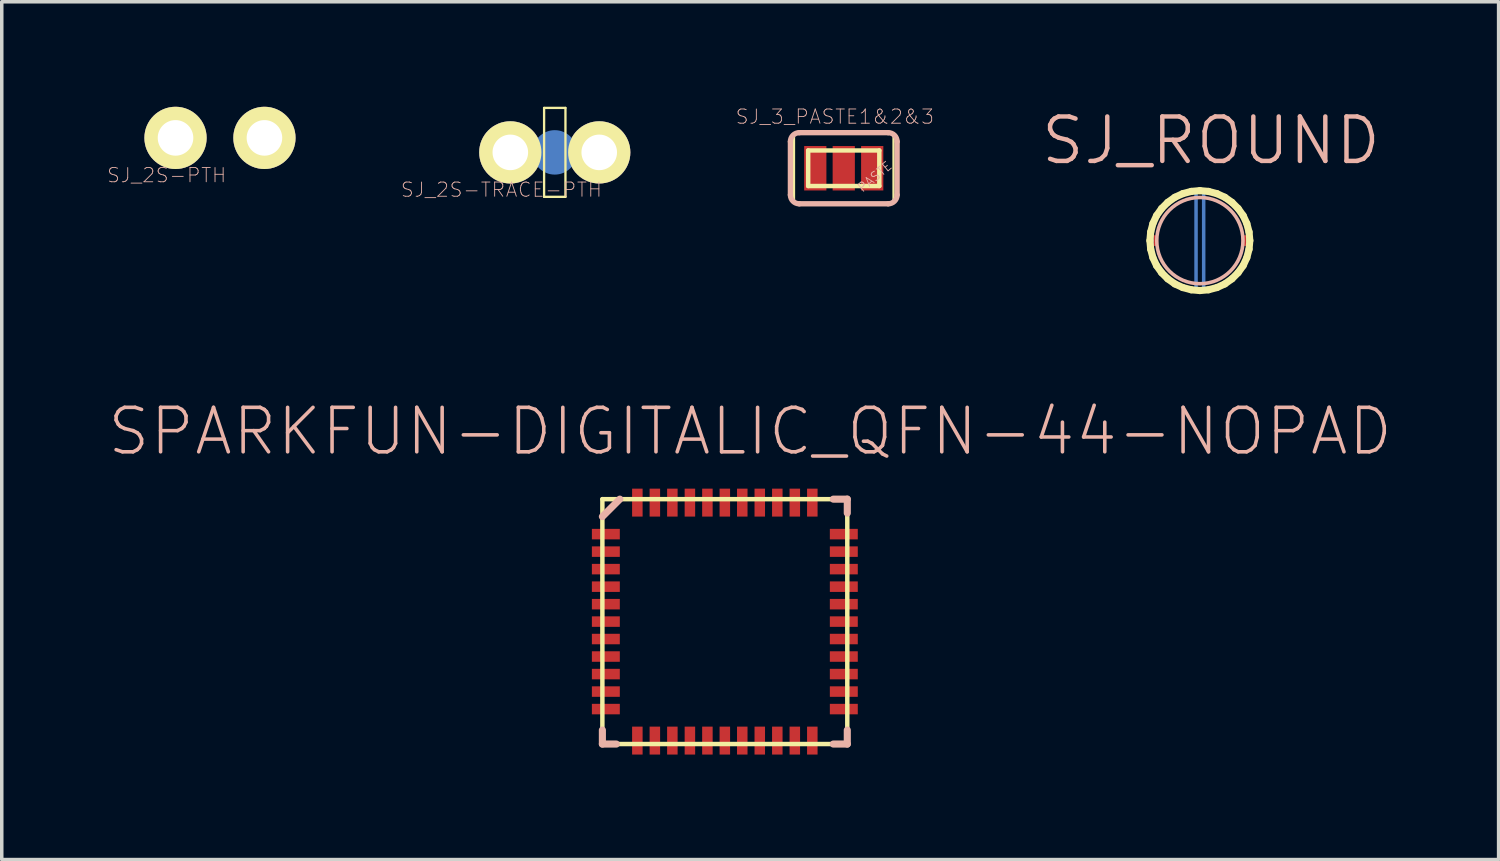
<source format=kicad_pcb>
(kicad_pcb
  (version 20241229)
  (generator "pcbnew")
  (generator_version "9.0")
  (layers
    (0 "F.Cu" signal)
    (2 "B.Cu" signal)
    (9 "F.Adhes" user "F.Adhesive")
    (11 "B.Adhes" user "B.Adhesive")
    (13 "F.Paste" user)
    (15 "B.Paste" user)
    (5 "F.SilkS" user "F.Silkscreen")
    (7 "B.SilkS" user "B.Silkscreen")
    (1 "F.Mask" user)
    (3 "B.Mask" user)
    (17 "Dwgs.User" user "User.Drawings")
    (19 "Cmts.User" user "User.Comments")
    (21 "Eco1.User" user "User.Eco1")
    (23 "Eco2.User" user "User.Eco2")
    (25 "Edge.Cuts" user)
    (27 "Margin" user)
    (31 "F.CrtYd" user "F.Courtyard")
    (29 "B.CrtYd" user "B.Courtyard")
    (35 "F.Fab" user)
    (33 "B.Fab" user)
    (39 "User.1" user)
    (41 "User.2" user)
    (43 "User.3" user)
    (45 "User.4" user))
  (footprint "SJ_3_PASTE1&2&3"
    (layer "F.Cu")
    (at 21.053 1.756)
    (property "Reference" "SJ_3_PASTE1&2&3" (at -0.254 -1.473 0) (layer "B.SilkS") (effects (font (size 0.406 0.406) (thickness 0.025))))
    (attr smd)
    (fp_line (start -1.422 -0.991) (end 1.422 -0.991) (stroke (width 0.066) (type solid)) (layer "F.SilkS"))
    (fp_line (start -1.422 0.991) (end -1.422 -0.991) (stroke (width 0.066) (type solid)) (layer "F.SilkS"))
    (fp_line (start -1.422 0.991) (end 1.422 0.991) (stroke (width 0.066) (type solid)) (layer "F.SilkS"))
    (fp_line (start -1.016 -0.508) (end -1.016 0.508) (stroke (width 0.127) (type solid)) (layer "F.SilkS"))
    (fp_line (start -1.016 0.508) (end 1.016 0.508) (stroke (width 0.127) (type solid)) (layer "F.SilkS"))
    (fp_line (start 1.016 -0.508) (end -1.016 -0.508) (stroke (width 0.127) (type solid)) (layer "F.SilkS"))
    (fp_line (start 1.016 0.508) (end 1.016 -0.508) (stroke (width 0.127) (type solid)) (layer "F.SilkS"))
    (fp_line (start 1.422 0.991) (end 1.422 -0.991) (stroke (width 0.066) (type solid)) (layer "F.SilkS"))
    (fp_line (start -1.524 0.762) (end -1.524 -0.762) (stroke (width 0.152) (type solid)) (layer "B.SilkS"))
    (fp_line (start -1.27 -1.016) (end 1.27 -1.016) (stroke (width 0.152) (type solid)) (layer "B.SilkS"))
    (fp_line (start 1.27 1.016) (end -1.27 1.016) (stroke (width 0.152) (type solid)) (layer "B.SilkS"))
    (fp_line (start 1.524 0.762) (end 1.524 -0.762) (stroke (width 0.152) (type solid)) (layer "B.SilkS"))
    (fp_arc (start -1.524 -0.762) (mid -1.449605 -0.941605) (end -1.27 -1.016) (stroke (width 0.1524) (type solid)) (layer "B.SilkS"))
    (fp_arc (start -1.27 1.016) (mid -1.449605 0.941605) (end -1.524 0.762) (stroke (width 0.1524) (type solid)) (layer "B.SilkS"))
    (fp_arc (start 1.27 -1.016) (mid 1.449605 -0.941605) (end 1.524 -0.762) (stroke (width 0.1524) (type solid)) (layer "B.SilkS"))
    (fp_arc (start 1.524 0.762) (mid 1.449605 0.941605) (end 1.27 1.016) (stroke (width 0.1524) (type solid)) (layer "B.SilkS"))
    (fp_text user "PASTE" (at 0.886 0.241 40) (layer "B.SilkS") (effects (font (size 0.254 0.254) (thickness 0.025))))
    (pad "1" smd rect (at -0.813 0) (size 0.635 1.27) (layers "F.Cu" "F.Mask" "F.Paste"))
    (pad "2" smd rect (at 0 0) (size 0.635 1.27) (layers "F.Cu" "F.Mask" "F.Paste"))
    (pad "3" smd rect (at 0.813 0) (size 0.635 1.27) (layers "F.Cu" "F.Mask" "F.Paste")))
  (footprint "SJ_ROUND"
    (layer "F.Cu")
    (at 31.226 3.823)
    (property "Reference" "SJ_ROUND" (at 0.318 -2.857 0) (layer "B.SilkS") (effects (font (size 1.27 1.27) (thickness 0.127))))
    (attr smd)
    (fp_line (start -1.379 0) (end -1.364 -0.231) (stroke (width 0.1) (type solid)) (layer "B.Cu"))
    (fp_line (start -1.364 -0.231) (end -1.311 -0.457) (stroke (width 0.1) (type solid)) (layer "B.Cu"))
    (fp_line (start -1.364 0.231) (end -1.379 0) (stroke (width 0.1) (type solid)) (layer "B.Cu"))
    (fp_line (start -1.311 -0.457) (end -1.222 -0.673) (stroke (width 0.1) (type solid)) (layer "B.Cu"))
    (fp_line (start -1.311 0.457) (end -1.364 0.231) (stroke (width 0.1) (type solid)) (layer "B.Cu"))
    (fp_line (start -1.222 -0.673) (end -1.097 -0.869) (stroke (width 0.1) (type solid)) (layer "B.Cu"))
    (fp_line (start -1.222 0.673) (end -1.311 0.457) (stroke (width 0.1) (type solid)) (layer "B.Cu"))
    (fp_line (start -1.097 -0.869) (end -0.942 -1.044) (stroke (width 0.1) (type solid)) (layer "B.Cu"))
    (fp_line (start -1.097 0.869) (end -1.222 0.673) (stroke (width 0.1) (type solid)) (layer "B.Cu"))
    (fp_line (start -0.942 -1.044) (end -0.759 -1.191) (stroke (width 0.1) (type solid)) (layer "B.Cu"))
    (fp_line (start -0.942 1.044) (end -1.097 0.869) (stroke (width 0.1) (type solid)) (layer "B.Cu"))
    (fp_line (start -0.759 -1.191) (end -0.559 -1.306) (stroke (width 0.1) (type solid)) (layer "B.Cu"))
    (fp_line (start -0.759 1.191) (end -0.942 1.044) (stroke (width 0.1) (type solid)) (layer "B.Cu"))
    (fp_line (start -0.559 -1.306) (end -0.338 -1.384) (stroke (width 0.1) (type solid)) (layer "B.Cu"))
    (fp_line (start -0.559 1.306) (end -0.759 1.191) (stroke (width 0.1) (type solid)) (layer "B.Cu"))
    (fp_line (start -0.338 -1.384) (end -0.109 -1.427) (stroke (width 0.1) (type solid)) (layer "B.Cu"))
    (fp_line (start -0.338 1.384) (end -0.559 1.306) (stroke (width 0.1) (type solid)) (layer "B.Cu"))
    (fp_line (start -0.109 -1.427) (end -0.109 1.427) (stroke (width 0.1) (type solid)) (layer "B.Cu"))
    (fp_line (start -0.109 1.427) (end -0.338 1.384) (stroke (width 0.1) (type solid)) (layer "B.Cu"))
    (fp_line (start 0.109 -1.427) (end 0.109 1.427) (stroke (width 0.1) (type solid)) (layer "B.Cu"))
    (fp_line (start 0.109 1.427) (end 0.338 1.384) (stroke (width 0.1) (type solid)) (layer "B.Cu"))
    (fp_line (start 0.338 -1.384) (end 0.109 -1.427) (stroke (width 0.1) (type solid)) (layer "B.Cu"))
    (fp_line (start 0.338 1.384) (end 0.559 1.306) (stroke (width 0.1) (type solid)) (layer "B.Cu"))
    (fp_line (start 0.559 -1.306) (end 0.338 -1.384) (stroke (width 0.1) (type solid)) (layer "B.Cu"))
    (fp_line (start 0.559 1.306) (end 0.759 1.191) (stroke (width 0.1) (type solid)) (layer "B.Cu"))
    (fp_line (start 0.759 -1.191) (end 0.559 -1.306) (stroke (width 0.1) (type solid)) (layer "B.Cu"))
    (fp_line (start 0.759 1.191) (end 0.942 1.044) (stroke (width 0.1) (type solid)) (layer "B.Cu"))
    (fp_line (start 0.942 -1.044) (end 0.759 -1.191) (stroke (width 0.1) (type solid)) (layer "B.Cu"))
    (fp_line (start 0.942 1.044) (end 1.097 0.869) (stroke (width 0.1) (type solid)) (layer "B.Cu"))
    (fp_line (start 1.097 -0.869) (end 0.942 -1.044) (stroke (width 0.1) (type solid)) (layer "B.Cu"))
    (fp_line (start 1.097 0.869) (end 1.222 0.673) (stroke (width 0.1) (type solid)) (layer "B.Cu"))
    (fp_line (start 1.222 -0.673) (end 1.097 -0.869) (stroke (width 0.1) (type solid)) (layer "B.Cu"))
    (fp_line (start 1.222 0.673) (end 1.311 0.457) (stroke (width 0.1) (type solid)) (layer "B.Cu"))
    (fp_line (start 1.311 -0.457) (end 1.222 -0.673) (stroke (width 0.1) (type solid)) (layer "B.Cu"))
    (fp_line (start 1.311 0.457) (end 1.364 0.231) (stroke (width 0.1) (type solid)) (layer "B.Cu"))
    (fp_line (start 1.364 -0.231) (end 1.311 -0.457) (stroke (width 0.1) (type solid)) (layer "B.Cu"))
    (fp_line (start 1.364 0.231) (end 1.379 0) (stroke (width 0.1) (type solid)) (layer "B.Cu"))
    (fp_line (start 1.379 0) (end 1.364 -0.231) (stroke (width 0.1) (type solid)) (layer "B.Cu"))
    (fp_line (start -1.427 0) (end -1.405 -0.246) (stroke (width 0.203) (type solid)) (layer "F.SilkS"))
    (fp_line (start -1.405 -0.246) (end -1.341 -0.488) (stroke (width 0.203) (type solid)) (layer "F.SilkS"))
    (fp_line (start -1.405 0.246) (end -1.427 0) (stroke (width 0.203) (type solid)) (layer "F.SilkS"))
    (fp_line (start -1.341 -0.488) (end -1.237 -0.714) (stroke (width 0.203) (type solid)) (layer "F.SilkS"))
    (fp_line (start -1.341 0.488) (end -1.405 0.246) (stroke (width 0.203) (type solid)) (layer "F.SilkS"))
    (fp_line (start -1.237 -0.714) (end -1.092 -0.917) (stroke (width 0.203) (type solid)) (layer "F.SilkS"))
    (fp_line (start -1.237 0.714) (end -1.341 0.488) (stroke (width 0.203) (type solid)) (layer "F.SilkS"))
    (fp_line (start -1.092 -0.917) (end -0.917 -1.092) (stroke (width 0.203) (type solid)) (layer "F.SilkS"))
    (fp_line (start -1.092 0.917) (end -1.237 0.714) (stroke (width 0.203) (type solid)) (layer "F.SilkS"))
    (fp_line (start -0.917 -1.092) (end -0.714 -1.237) (stroke (width 0.203) (type solid)) (layer "F.SilkS"))
    (fp_line (start -0.917 1.092) (end -1.092 0.917) (stroke (width 0.203) (type solid)) (layer "F.SilkS"))
    (fp_line (start -0.714 -1.237) (end -0.488 -1.341) (stroke (width 0.203) (type solid)) (layer "F.SilkS"))
    (fp_line (start -0.714 1.237) (end -0.917 1.092) (stroke (width 0.203) (type solid)) (layer "F.SilkS"))
    (fp_line (start -0.488 -1.341) (end -0.246 -1.405) (stroke (width 0.203) (type solid)) (layer "F.SilkS"))
    (fp_line (start -0.488 1.341) (end -0.714 1.237) (stroke (width 0.203) (type solid)) (layer "F.SilkS"))
    (fp_line (start -0.246 -1.405) (end 0 -1.427) (stroke (width 0.203) (type solid)) (layer "F.SilkS"))
    (fp_line (start -0.246 1.405) (end -0.488 1.341) (stroke (width 0.203) (type solid)) (layer "F.SilkS"))
    (fp_line (start 0 -1.427) (end 0.246 -1.405) (stroke (width 0.203) (type solid)) (layer "F.SilkS"))
    (fp_line (start 0 1.427) (end -0.246 1.405) (stroke (width 0.203) (type solid)) (layer "F.SilkS"))
    (fp_line (start 0.246 -1.405) (end 0.488 -1.341) (stroke (width 0.203) (type solid)) (layer "F.SilkS"))
    (fp_line (start 0.246 1.405) (end 0 1.427) (stroke (width 0.203) (type solid)) (layer "F.SilkS"))
    (fp_line (start 0.488 -1.341) (end 0.714 -1.237) (stroke (width 0.203) (type solid)) (layer "F.SilkS"))
    (fp_line (start 0.488 1.341) (end 0.246 1.405) (stroke (width 0.203) (type solid)) (layer "F.SilkS"))
    (fp_line (start 0.714 -1.237) (end 0.917 -1.092) (stroke (width 0.203) (type solid)) (layer "F.SilkS"))
    (fp_line (start 0.714 1.237) (end 0.488 1.341) (stroke (width 0.203) (type solid)) (layer "F.SilkS"))
    (fp_line (start 0.917 -1.092) (end 1.092 -0.917) (stroke (width 0.203) (type solid)) (layer "F.SilkS"))
    (fp_line (start 0.917 1.092) (end 0.714 1.237) (stroke (width 0.203) (type solid)) (layer "F.SilkS"))
    (fp_line (start 1.092 -0.917) (end 1.237 -0.714) (stroke (width 0.203) (type solid)) (layer "F.SilkS"))
    (fp_line (start 1.092 0.917) (end 0.917 1.092) (stroke (width 0.203) (type solid)) (layer "F.SilkS"))
    (fp_line (start 1.237 -0.714) (end 1.341 -0.488) (stroke (width 0.203) (type solid)) (layer "F.SilkS"))
    (fp_line (start 1.237 0.714) (end 1.092 0.917) (stroke (width 0.203) (type solid)) (layer "F.SilkS"))
    (fp_line (start 1.341 -0.488) (end 1.405 -0.246) (stroke (width 0.203) (type solid)) (layer "F.SilkS"))
    (fp_line (start 1.341 0.488) (end 1.237 0.714) (stroke (width 0.203) (type solid)) (layer "F.SilkS"))
    (fp_line (start 1.405 -0.246) (end 1.427 0) (stroke (width 0.203) (type solid)) (layer "F.SilkS"))
    (fp_line (start 1.405 0.246) (end 1.341 0.488) (stroke (width 0.203) (type solid)) (layer "F.SilkS"))
    (fp_line (start 1.427 0) (end 1.405 0.246) (stroke (width 0.203) (type solid)) (layer "F.SilkS"))
    (fp_circle (center 0 0) (end -0.871 0.871) (stroke (width 0.102) (type solid)) (fill no) (layer "B.SilkS"))
    (pad "1" smd rect (at -1.27 0 270) (size 0.305 0.152) (layers "F.Cu" "F.Mask" "F.Paste"))
    (pad "2" smd rect (at 1.27 0 90) (size 0.305 0.152) (layers "F.Cu" "F.Mask" "F.Paste")))
  (footprint "SJ_2S-TRACE-PTH"
    (layer "F.Cu")
    (at 12.798 1.303)
    (property "Reference" "SJ_2S-TRACE-PTH" (at -1.524 1.067 0) (layer "B.SilkS") (effects (font (size 0.406 0.406) (thickness 0.025))))
    (attr smd)
    (fp_line (start -0.305 -1.27) (end 0.305 -1.27) (stroke (width 0.066) (type solid)) (layer "F.SilkS"))
    (fp_line (start -0.305 1.27) (end -0.305 -1.27) (stroke (width 0.066) (type solid)) (layer "F.SilkS"))
    (fp_line (start -0.305 1.27) (end 0.305 1.27) (stroke (width 0.066) (type solid)) (layer "F.SilkS"))
    (fp_line (start 0.305 1.27) (end 0.305 -1.27) (stroke (width 0.066) (type solid)) (layer "F.SilkS"))
    (pad "1" thru_hole circle (at -1.27 0) (size 1.778 1.778) (drill 1.016) (layers "*.Cu" "F.Mask" "F.SilkS" "F.Paste"))
    (pad "2" thru_hole circle (at 1.27 0) (size 1.778 1.778) (drill 1.016) (layers "*.Cu" "F.Mask" "F.SilkS" "F.Paste"))
    (pad "P$1" smd circle (at 0 0 180) (size 1.27 1.27) (layers "B.Cu" "B.Mask")))
  (footprint "SPARKFUN-DIGITALIC_QFN-44-NOPAD"
    (layer "F.Cu")
    (at 17.656 14.707)
    (property "Reference" "SPARKFUN-DIGITALIC_QFN-44-NOPAD" (at 0.724 -5.433 0) (layer "B.SilkS") (effects (font (size 1.27 1.27) (thickness 0.102))))
    (attr smd)
    (fp_line (start -3.498 -3.498) (end -3.498 3.498) (stroke (width 0.127) (type solid)) (layer "F.SilkS"))
    (fp_line (start -3.399 3.498) (end 3.498 3.498) (stroke (width 0.127) (type solid)) (layer "F.SilkS"))
    (fp_line (start 3.498 -3.498) (end -3.498 -3.498) (stroke (width 0.127) (type solid)) (layer "F.SilkS"))
    (fp_line (start 3.498 3.498) (end 3.498 -3.498) (stroke (width 0.127) (type solid)) (layer "F.SilkS"))
    (fp_line (start -3.498 3.498) (end -3.498 3.099) (stroke (width 0.203) (type solid)) (layer "B.SilkS"))
    (fp_line (start -3.099 3.498) (end -3.498 3.498) (stroke (width 0.203) (type solid)) (layer "B.SilkS"))
    (fp_line (start -3 -3.498) (end -3.498 -3) (stroke (width 0.203) (type solid)) (layer "B.SilkS"))
    (fp_line (start 3.099 3.498) (end 3.498 3.498) (stroke (width 0.203) (type solid)) (layer "B.SilkS"))
    (fp_line (start 3.498 -3.498) (end 3.099 -3.498) (stroke (width 0.203) (type solid)) (layer "B.SilkS"))
    (fp_line (start 3.498 -3.099) (end 3.498 -3.498) (stroke (width 0.203) (type solid)) (layer "B.SilkS"))
    (fp_line (start 3.498 3.099) (end 3.498 3.498) (stroke (width 0.203) (type solid)) (layer "B.SilkS"))
    (pad "1" smd rect (at -3.399 -2.499 180) (size 0.798 0.3) (layers "F.Cu" "F.Mask" "F.Paste"))
    (pad "2" smd rect (at -3.399 -1.999 180) (size 0.798 0.3) (layers "F.Cu" "F.Mask" "F.Paste"))
    (pad "3" smd rect (at -3.399 -1.499 180) (size 0.798 0.3) (layers "F.Cu" "F.Mask" "F.Paste"))
    (pad "4" smd rect (at -3.399 -0.998 180) (size 0.798 0.3) (layers "F.Cu" "F.Mask" "F.Paste"))
    (pad "5" smd rect (at -3.399 -0.498 180) (size 0.798 0.3) (layers "F.Cu" "F.Mask" "F.Paste"))
    (pad "6" smd rect (at -3.399 0 180) (size 0.798 0.3) (layers "F.Cu" "F.Mask" "F.Paste"))
    (pad "7" smd rect (at -3.399 0.498) (size 0.798 0.3) (layers "F.Cu" "F.Mask" "F.Paste"))
    (pad "8" smd rect (at -3.399 0.998) (size 0.798 0.3) (layers "F.Cu" "F.Mask" "F.Paste"))
    (pad "9" smd rect (at -3.399 1.499) (size 0.798 0.3) (layers "F.Cu" "F.Mask" "F.Paste"))
    (pad "10" smd rect (at -3.399 1.999) (size 0.798 0.3) (layers "F.Cu" "F.Mask" "F.Paste"))
    (pad "11" smd rect (at -3.399 2.499) (size 0.798 0.3) (layers "F.Cu" "F.Mask" "F.Paste"))
    (pad "12" smd rect (at -2.499 3.399 270) (size 0.798 0.3) (layers "F.Cu" "F.Mask" "F.Paste"))
    (pad "13" smd rect (at -1.999 3.399 270) (size 0.798 0.3) (layers "F.Cu" "F.Mask" "F.Paste"))
    (pad "14" smd rect (at -1.499 3.399 270) (size 0.798 0.3) (layers "F.Cu" "F.Mask" "F.Paste"))
    (pad "15" smd rect (at -0.998 3.399 270) (size 0.798 0.3) (layers "F.Cu" "F.Mask" "F.Paste"))
    (pad "16" smd rect (at -0.498 3.399 270) (size 0.798 0.3) (layers "F.Cu" "F.Mask" "F.Paste"))
    (pad "17" smd rect (at 0 3.399 270) (size 0.798 0.3) (layers "F.Cu" "F.Mask" "F.Paste"))
    (pad "18" smd rect (at 0.498 3.399 90) (size 0.798 0.3) (layers "F.Cu" "F.Mask" "F.Paste"))
    (pad "19" smd rect (at 0.998 3.399 90) (size 0.798 0.3) (layers "F.Cu" "F.Mask" "F.Paste"))
    (pad "20" smd rect (at 1.499 3.399 90) (size 0.798 0.3) (layers "F.Cu" "F.Mask" "F.Paste"))
    (pad "21" smd rect (at 1.999 3.399 90) (size 0.798 0.3) (layers "F.Cu" "F.Mask" "F.Paste"))
    (pad "22" smd rect (at 2.499 3.399 90) (size 0.798 0.3) (layers "F.Cu" "F.Mask" "F.Paste"))
    (pad "23" smd rect (at 3.399 2.499) (size 0.798 0.3) (layers "F.Cu" "F.Mask" "F.Paste"))
    (pad "24" smd rect (at 3.399 1.999) (size 0.798 0.3) (layers "F.Cu" "F.Mask" "F.Paste"))
    (pad "25" smd rect (at 3.399 1.499) (size 0.798 0.3) (layers "F.Cu" "F.Mask" "F.Paste"))
    (pad "26" smd rect (at 3.399 0.998) (size 0.798 0.3) (layers "F.Cu" "F.Mask" "F.Paste"))
    (pad "27" smd rect (at 3.399 0.498) (size 0.798 0.3) (layers "F.Cu" "F.Mask" "F.Paste"))
    (pad "28" smd rect (at 3.399 0) (size 0.798 0.3) (layers "F.Cu" "F.Mask" "F.Paste"))
    (pad "29" smd rect (at 3.399 -0.498 180) (size 0.798 0.3) (layers "F.Cu" "F.Mask" "F.Paste"))
    (pad "30" smd rect (at 3.399 -0.998 180) (size 0.798 0.3) (layers "F.Cu" "F.Mask" "F.Paste"))
    (pad "31" smd rect (at 3.399 -1.499 180) (size 0.798 0.3) (layers "F.Cu" "F.Mask" "F.Paste"))
    (pad "32" smd rect (at 3.399 -1.999 180) (size 0.798 0.3) (layers "F.Cu" "F.Mask" "F.Paste"))
    (pad "33" smd rect (at 3.399 -2.499 180) (size 0.798 0.3) (layers "F.Cu" "F.Mask" "F.Paste"))
    (pad "34" smd rect (at 2.499 -3.399 90) (size 0.798 0.3) (layers "F.Cu" "F.Mask" "F.Paste"))
    (pad "35" smd rect (at 1.999 -3.399 90) (size 0.798 0.3) (layers "F.Cu" "F.Mask" "F.Paste"))
    (pad "36" smd rect (at 1.499 -3.399 90) (size 0.798 0.3) (layers "F.Cu" "F.Mask" "F.Paste"))
    (pad "37" smd rect (at 0.998 -3.399 90) (size 0.798 0.3) (layers "F.Cu" "F.Mask" "F.Paste"))
    (pad "38" smd rect (at 0.498 -3.399 90) (size 0.798 0.3) (layers "F.Cu" "F.Mask" "F.Paste"))
    (pad "39" smd rect (at 0 -3.399 90) (size 0.798 0.3) (layers "F.Cu" "F.Mask" "F.Paste"))
    (pad "40" smd rect (at -0.498 -3.399 270) (size 0.798 0.3) (layers "F.Cu" "F.Mask" "F.Paste"))
    (pad "41" smd rect (at -0.998 -3.399 270) (size 0.798 0.3) (layers "F.Cu" "F.Mask" "F.Paste"))
    (pad "42" smd rect (at -1.499 -3.399 270) (size 0.798 0.3) (layers "F.Cu" "F.Mask" "F.Paste"))
    (pad "43" smd rect (at -1.999 -3.399 270) (size 0.798 0.3) (layers "F.Cu" "F.Mask" "F.Paste"))
    (pad "44" smd rect (at -2.499 -3.399 270) (size 0.798 0.3) (layers "F.Cu" "F.Mask" "F.Paste")))
  (footprint "SJ_2S-PTH"
    (layer "F.Cu")
    (at 3.234 0.889)
    (property "Reference" "SJ_2S-PTH" (at -1.524 1.067 0) (layer "B.SilkS") (effects (font (size 0.406 0.406) (thickness 0.025))))
    (attr exclude_from_pos_files exclude_from_bom)
    (pad "1" thru_hole circle (at -1.27 0) (size 1.778 1.778) (drill 1.016) (layers "*.Cu" "F.Mask" "F.SilkS" "F.Paste"))
    (pad "2" thru_hole circle (at 1.27 0) (size 1.778 1.778) (drill 1.016) (layers "*.Cu" "F.Mask" "F.SilkS" "F.Paste")))
  (gr_rect
    (start -3 -3)
    (end 39.76 21.504)
    (stroke (width 0.1) (type default))
    (fill no)
    (layer "Edge.Cuts")))
</source>
